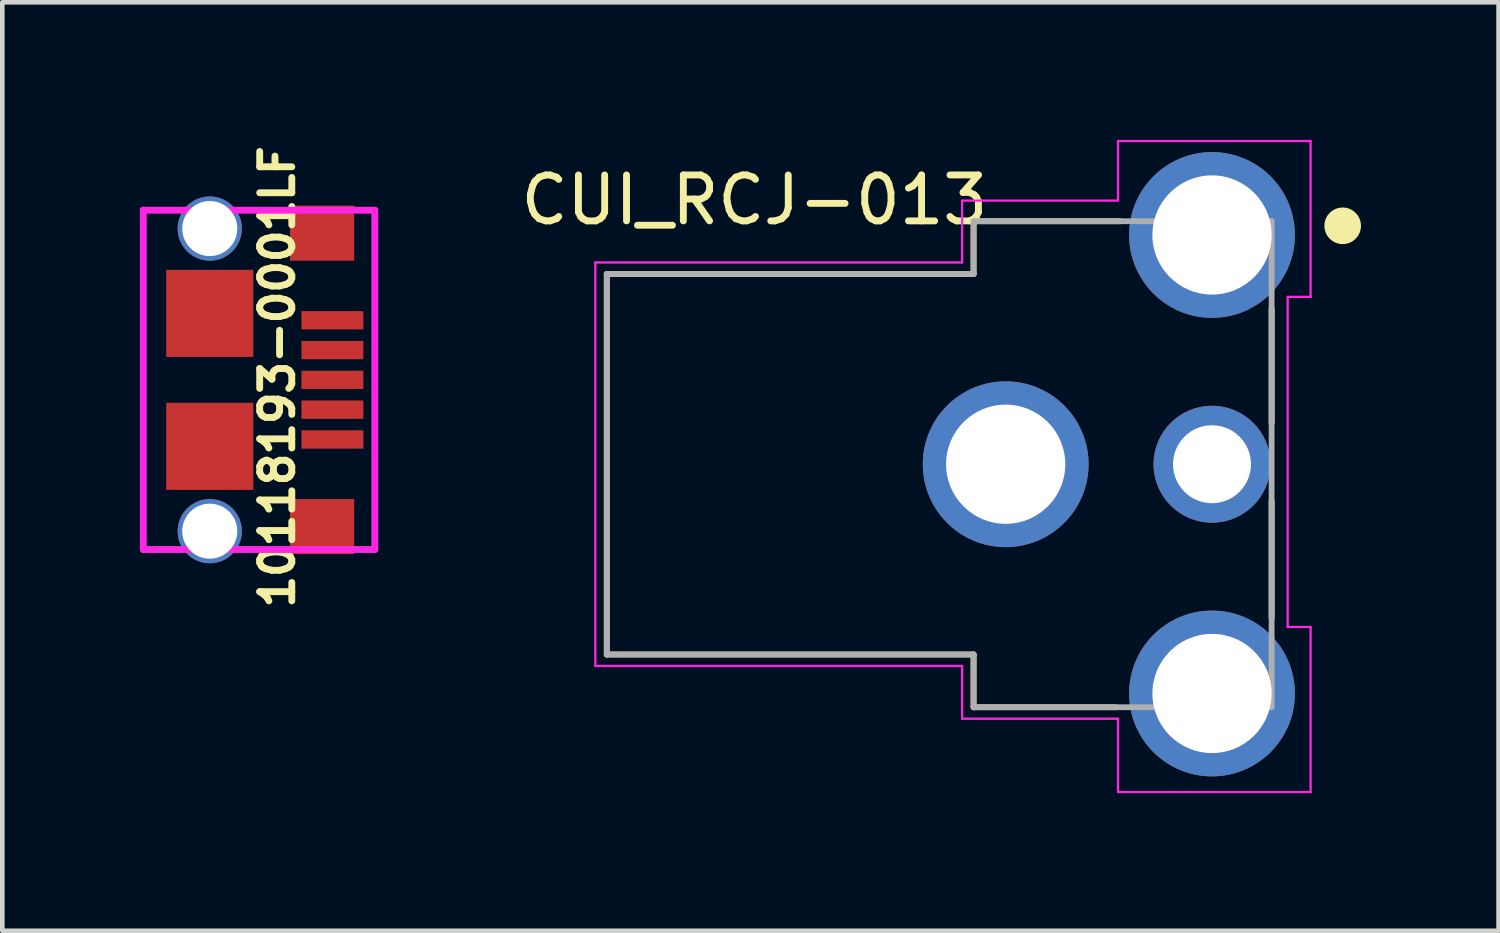
<source format=kicad_pcb>
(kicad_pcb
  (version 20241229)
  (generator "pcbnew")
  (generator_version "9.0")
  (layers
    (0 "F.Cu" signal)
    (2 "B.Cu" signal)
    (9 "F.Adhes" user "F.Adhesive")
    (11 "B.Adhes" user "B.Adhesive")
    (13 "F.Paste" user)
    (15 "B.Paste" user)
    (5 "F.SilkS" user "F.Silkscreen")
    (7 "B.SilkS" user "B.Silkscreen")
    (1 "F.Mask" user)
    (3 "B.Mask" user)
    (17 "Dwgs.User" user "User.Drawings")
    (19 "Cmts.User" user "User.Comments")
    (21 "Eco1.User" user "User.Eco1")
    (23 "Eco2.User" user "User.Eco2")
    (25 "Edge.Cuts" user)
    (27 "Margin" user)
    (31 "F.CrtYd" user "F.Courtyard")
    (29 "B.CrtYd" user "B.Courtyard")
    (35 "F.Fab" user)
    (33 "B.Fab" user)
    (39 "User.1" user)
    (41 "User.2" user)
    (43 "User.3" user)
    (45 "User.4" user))
  (footprint "10118193-0001LF"
    (layer "F.Cu")
    (at 1.525 5.235)
    (property "Reference" "10118193-0001LF" (at 1.473 -0.064 270) (layer "F.SilkS") (effects (font (size 0.7 0.7) (thickness 0.15))))
    (attr through_hole)
    (fp_line (start -1.45 -3.7) (end -1.45 3.7) (stroke (width 0.15) (type solid)) (layer "F.CrtYd"))
    (fp_line (start -1.45 -3.7) (end 3.6 -3.7) (stroke (width 0.15) (type solid)) (layer "F.CrtYd"))
    (fp_line (start 3.6 -3.7) (end 3.6 3.7) (stroke (width 0.15) (type solid)) (layer "F.CrtYd"))
    (fp_line (start 3.6 3.7) (end -1.45 3.7) (stroke (width 0.15) (type solid)) (layer "F.CrtYd"))
    (pad "1" smd rect (at 2.675 -1.3) (size 1.35 0.4) (layers "F.Cu" "F.Mask" "F.Paste"))
    (pad "2" smd rect (at 2.675 -0.65) (size 1.35 0.4) (layers "F.Cu" "F.Mask" "F.Paste"))
    (pad "3" smd rect (at 2.675 0) (size 1.35 0.4) (layers "F.Cu" "F.Mask" "F.Paste"))
    (pad "4" smd rect (at 2.675 0.65) (size 1.35 0.4) (layers "F.Cu" "F.Mask" "F.Paste"))
    (pad "5" smd rect (at 2.675 1.3) (size 1.35 0.4) (layers "F.Cu" "F.Mask" "F.Paste"))
    (pad "6" thru_hole circle (at 0 -3.3) (size 1.4 1.4) (drill 1.2) (layers "*.Cu" "*.Mask"))
    (pad "6" smd rect (at 0 -1.45) (size 1.9 1.9) (layers "F.Cu" "F.Mask" "F.Paste"))
    (pad "6" smd rect (at 0 1.45) (size 1.9 1.9) (layers "F.Cu" "F.Mask" "F.Paste"))
    (pad "6" thru_hole circle (at 0 3.3) (size 1.4 1.4) (drill 1.2) (layers "*.Cu" "*.Mask"))
    (pad "6" smd rect (at 2.45 -3.2) (size 1.4 1.2) (layers "F.Cu" "F.Mask" "F.Paste"))
    (pad "6" smd rect (at 2.45 3.2) (size 1.4 1.2) (layers "F.Cu" "F.Mask" "F.Paste")))
  (footprint "CUI_RCJ-013"
    (layer "F.Cu")
    (at 17.434 7.075)
    (property "Reference" "CUI_RCJ-013" (at -4.031 -5.763 0) (layer "F.SilkS") (effects (font (size 1.001 1.001) (thickness 0.15))))
    (attr through_hole)
    (fp_line (start -7.25 -4.15) (end -7.25 4.15) (stroke (width 0.127) (type solid)) (layer "F.SilkS"))
    (fp_line (start -7.25 4.15) (end 0.75 4.15) (stroke (width 0.127) (type solid)) (layer "F.SilkS"))
    (fp_line (start 0.75 -5.3) (end 0.75 -4.15) (stroke (width 0.127) (type solid)) (layer "F.SilkS"))
    (fp_line (start 0.75 -4.15) (end -7.25 -4.15) (stroke (width 0.127) (type solid)) (layer "F.SilkS"))
    (fp_line (start 0.75 4.15) (end 0.75 5.3) (stroke (width 0.127) (type solid)) (layer "F.SilkS"))
    (fp_line (start 0.75 5.3) (end 3.85 5.3) (stroke (width 0.127) (type solid)) (layer "F.SilkS"))
    (fp_line (start 3.95 -5.3) (end 0.75 -5.3) (stroke (width 0.127) (type solid)) (layer "F.SilkS"))
    (fp_line (start 7.25 -0.9) (end 7.25 -3.4) (stroke (width 0.127) (type solid)) (layer "F.SilkS"))
    (fp_line (start 7.25 3.35) (end 7.25 0.8) (stroke (width 0.127) (type solid)) (layer "F.SilkS"))
    (fp_circle (center 8.8 -5.2) (end 9 -5.2) (stroke (width 0.4) (type solid)) (fill no) (layer "F.SilkS"))
    (fp_line (start -7.5 -4.4) (end -7.5 4.4) (stroke (width 0.05) (type solid)) (layer "F.CrtYd"))
    (fp_line (start -7.5 4.4) (end 0.5 4.4) (stroke (width 0.05) (type solid)) (layer "F.CrtYd"))
    (fp_line (start 0.5 -5.75) (end 0.5 -4.4) (stroke (width 0.05) (type solid)) (layer "F.CrtYd"))
    (fp_line (start 0.5 -4.4) (end -7.5 -4.4) (stroke (width 0.05) (type solid)) (layer "F.CrtYd"))
    (fp_line (start 0.5 4.4) (end 0.5 5.55) (stroke (width 0.05) (type solid)) (layer "F.CrtYd"))
    (fp_line (start 0.5 5.55) (end 3.9 5.55) (stroke (width 0.05) (type solid)) (layer "F.CrtYd"))
    (fp_line (start 3.9 -7.05) (end 8.1 -7.05) (stroke (width 0.05) (type solid)) (layer "F.CrtYd"))
    (fp_line (start 3.9 -5.75) (end 0.5 -5.75) (stroke (width 0.05) (type solid)) (layer "F.CrtYd"))
    (fp_line (start 3.9 -5.75) (end 3.9 -7.05) (stroke (width 0.05) (type solid)) (layer "F.CrtYd"))
    (fp_line (start 3.9 7.15) (end 3.9 5.55) (stroke (width 0.05) (type solid)) (layer "F.CrtYd"))
    (fp_line (start 7.6 -3.65) (end 7.6 3.55) (stroke (width 0.05) (type solid)) (layer "F.CrtYd"))
    (fp_line (start 7.6 3.55) (end 8.1 3.55) (stroke (width 0.05) (type solid)) (layer "F.CrtYd"))
    (fp_line (start 8.1 -7.05) (end 8.1 -3.65) (stroke (width 0.05) (type solid)) (layer "F.CrtYd"))
    (fp_line (start 8.1 -3.65) (end 7.6 -3.65) (stroke (width 0.05) (type solid)) (layer "F.CrtYd"))
    (fp_line (start 8.1 7.15) (end 3.9 7.15) (stroke (width 0.05) (type solid)) (layer "F.CrtYd"))
    (fp_line (start 8.1 7.15) (end 8.1 3.55) (stroke (width 0.05) (type solid)) (layer "F.CrtYd"))
    (fp_line (start -7.25 -4.15) (end -7.25 4.15) (stroke (width 0.127) (type solid)) (layer "F.Fab"))
    (fp_line (start -7.25 4.15) (end 0.75 4.15) (stroke (width 0.127) (type solid)) (layer "F.Fab"))
    (fp_line (start 0.75 -5.3) (end 0.75 -4.15) (stroke (width 0.127) (type solid)) (layer "F.Fab"))
    (fp_line (start 0.75 -4.15) (end -7.25 -4.15) (stroke (width 0.127) (type solid)) (layer "F.Fab"))
    (fp_line (start 0.75 4.15) (end 0.75 5.3) (stroke (width 0.127) (type solid)) (layer "F.Fab"))
    (fp_line (start 0.75 5.3) (end 7.25 5.3) (stroke (width 0.127) (type solid)) (layer "F.Fab"))
    (fp_line (start 7.25 -5.3) (end 0.75 -5.3) (stroke (width 0.127) (type solid)) (layer "F.Fab"))
    (fp_line (start 7.25 5.3) (end 7.25 -5.3) (stroke (width 0.127) (type solid)) (layer "F.Fab"))
    (pad "1A" thru_hole circle (at 5.95 -5) (size 3.616 3.616) (drill 2.6) (layers "*.Cu" "*.Mask"))
    (pad "1B" thru_hole circle (at 5.95 5) (size 3.616 3.616) (drill 2.6) (layers "*.Cu" "*.Mask"))
    (pad "1C" thru_hole circle (at 1.45 0) (size 3.616 3.616) (drill 2.6) (layers "*.Cu" "*.Mask"))
    (pad "2" thru_hole circle (at 5.95 0) (size 2.55 2.55) (drill 1.7) (layers "*.Cu" "*.Mask")))
  (gr_rect
    (start -3 -3)
    (end 29.634 17.25)
    (stroke (width 0.1) (type default))
    (fill no)
    (layer "Edge.Cuts")))
</source>
